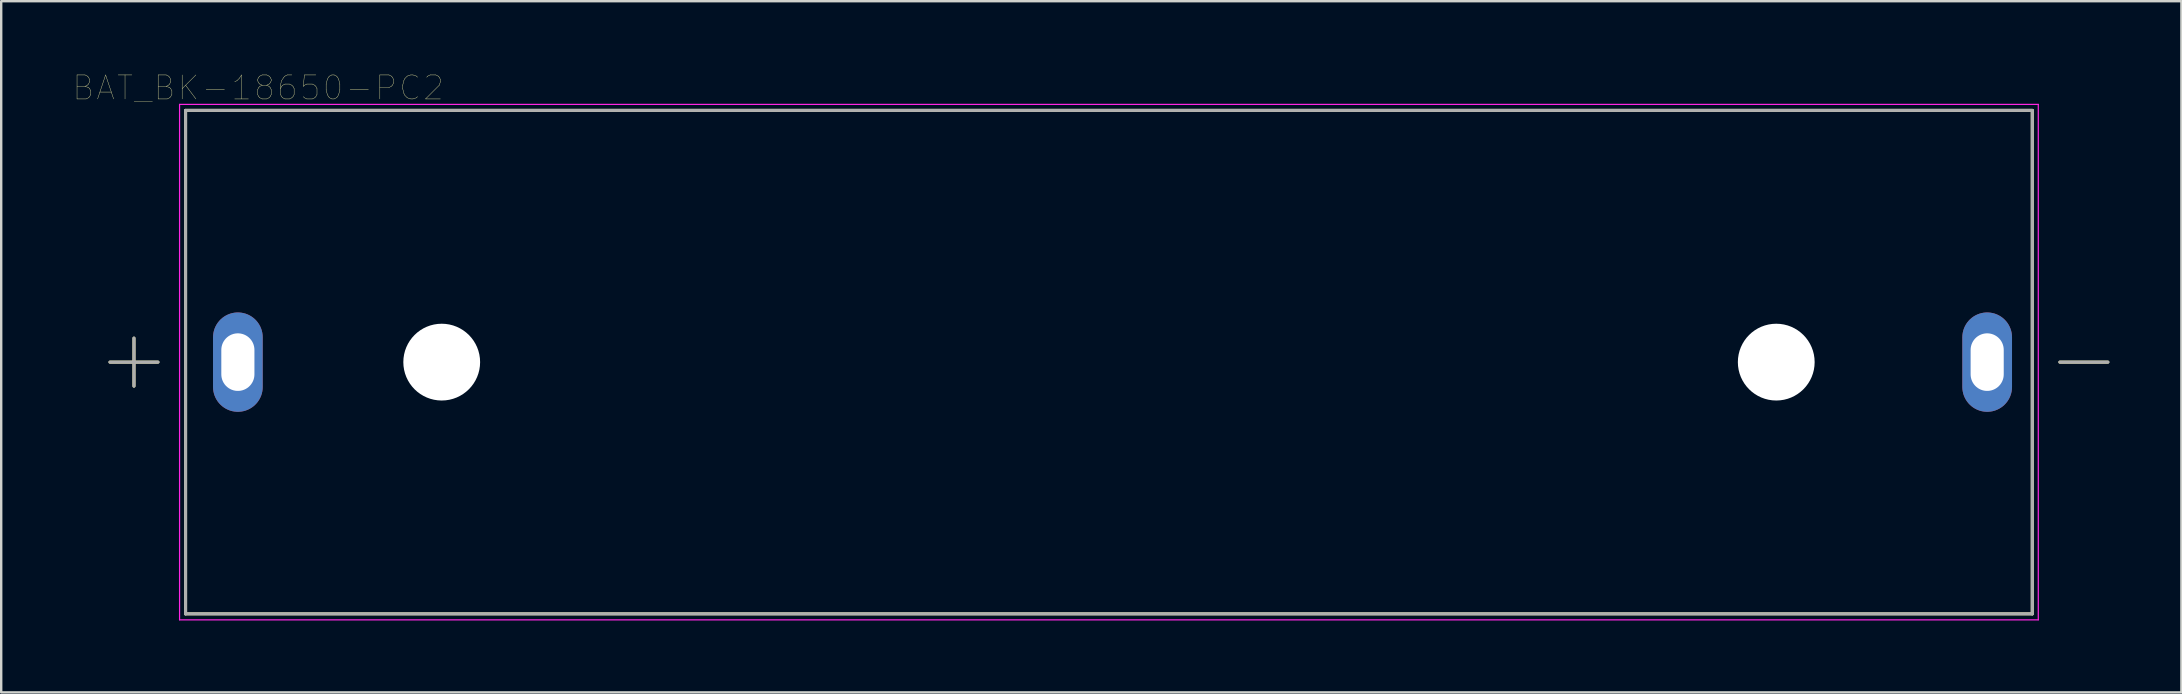
<source format=kicad_pcb>
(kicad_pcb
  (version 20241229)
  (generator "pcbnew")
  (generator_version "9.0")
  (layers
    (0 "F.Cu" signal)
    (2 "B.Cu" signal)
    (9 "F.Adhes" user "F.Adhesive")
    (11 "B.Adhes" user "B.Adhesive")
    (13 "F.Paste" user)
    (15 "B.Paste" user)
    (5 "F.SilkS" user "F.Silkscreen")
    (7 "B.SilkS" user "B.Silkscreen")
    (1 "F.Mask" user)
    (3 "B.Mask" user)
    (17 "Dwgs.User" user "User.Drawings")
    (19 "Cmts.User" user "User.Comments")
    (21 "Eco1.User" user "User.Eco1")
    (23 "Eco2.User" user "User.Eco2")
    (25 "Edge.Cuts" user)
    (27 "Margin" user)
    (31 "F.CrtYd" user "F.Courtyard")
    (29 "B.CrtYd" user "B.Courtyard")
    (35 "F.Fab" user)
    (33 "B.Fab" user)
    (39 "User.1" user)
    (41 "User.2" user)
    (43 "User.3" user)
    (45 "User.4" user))
  (footprint "BAT_BK-18650-PC2"
    (layer "F.Cu")
    (at 43.163 12.041)
    (property "Reference" "BAT_BK-18650-PC2" (at -35.455 -11.43 0) (layer "F.SilkS") (effects (font (size 1 1) (thickness 0.015))))
    (attr through_hole)
    (fp_line (start -41.63 0) (end -39.63 0) (stroke (width 0.127) (type solid)) (layer "F.SilkS"))
    (fp_line (start -40.63 -1) (end -40.63 1) (stroke (width 0.127) (type solid)) (layer "F.SilkS"))
    (fp_line (start -38.48 -10.49) (end 38.48 -10.49) (stroke (width 0.127) (type solid)) (layer "F.SilkS"))
    (fp_line (start -38.48 10.49) (end -38.48 -10.49) (stroke (width 0.127) (type solid)) (layer "F.SilkS"))
    (fp_line (start 38.48 -10.49) (end 38.48 10.49) (stroke (width 0.127) (type solid)) (layer "F.SilkS"))
    (fp_line (start 38.48 10.49) (end -38.48 10.49) (stroke (width 0.127) (type solid)) (layer "F.SilkS"))
    (fp_line (start 39.63 0) (end 41.63 0) (stroke (width 0.127) (type solid)) (layer "F.SilkS"))
    (fp_line (start -38.73 -10.74) (end 38.73 -10.74) (stroke (width 0.05) (type solid)) (layer "F.CrtYd"))
    (fp_line (start -38.73 10.74) (end -38.73 -10.74) (stroke (width 0.05) (type solid)) (layer "F.CrtYd"))
    (fp_line (start 38.73 -10.74) (end 38.73 10.74) (stroke (width 0.05) (type solid)) (layer "F.CrtYd"))
    (fp_line (start 38.73 10.74) (end -38.73 10.74) (stroke (width 0.05) (type solid)) (layer "F.CrtYd"))
    (fp_line (start -41.63 0) (end -39.63 0) (stroke (width 0.127) (type solid)) (layer "F.Fab"))
    (fp_line (start -40.63 -1) (end -40.63 1) (stroke (width 0.127) (type solid)) (layer "F.Fab"))
    (fp_line (start -38.48 -10.49) (end 38.48 -10.49) (stroke (width 0.127) (type solid)) (layer "F.Fab"))
    (fp_line (start -38.48 10.49) (end -38.48 -10.49) (stroke (width 0.127) (type solid)) (layer "F.Fab"))
    (fp_line (start 38.48 -10.49) (end 38.48 10.49) (stroke (width 0.127) (type solid)) (layer "F.Fab"))
    (fp_line (start 38.48 10.49) (end -38.48 10.49) (stroke (width 0.127) (type solid)) (layer "F.Fab"))
    (fp_line (start 39.63 0) (end 41.63 0) (stroke (width 0.127) (type solid)) (layer "F.Fab"))
    (pad "" np_thru_hole circle (at -27.805 0) (size 3.2 3.2) (drill 3.2) (layers "*.Cu" "*.Mask"))
    (pad "" np_thru_hole circle (at 27.81 0) (size 3.2 3.2) (drill 3.2) (layers "*.Cu" "*.Mask"))
    (pad "+" thru_hole oval (at -36.3 0) (size 2.07 4.14) (drill oval 1.38 2.4) (layers "*.Cu" "*.Mask"))
    (pad "-" thru_hole oval (at 36.6 0) (size 2.07 4.14) (drill oval 1.38 2.4) (layers "*.Cu" "*.Mask")))
  (gr_rect
    (start -3 -3)
    (end 87.857 25.806)
    (stroke (width 0.1) (type default))
    (fill no)
    (layer "Edge.Cuts")))
</source>
